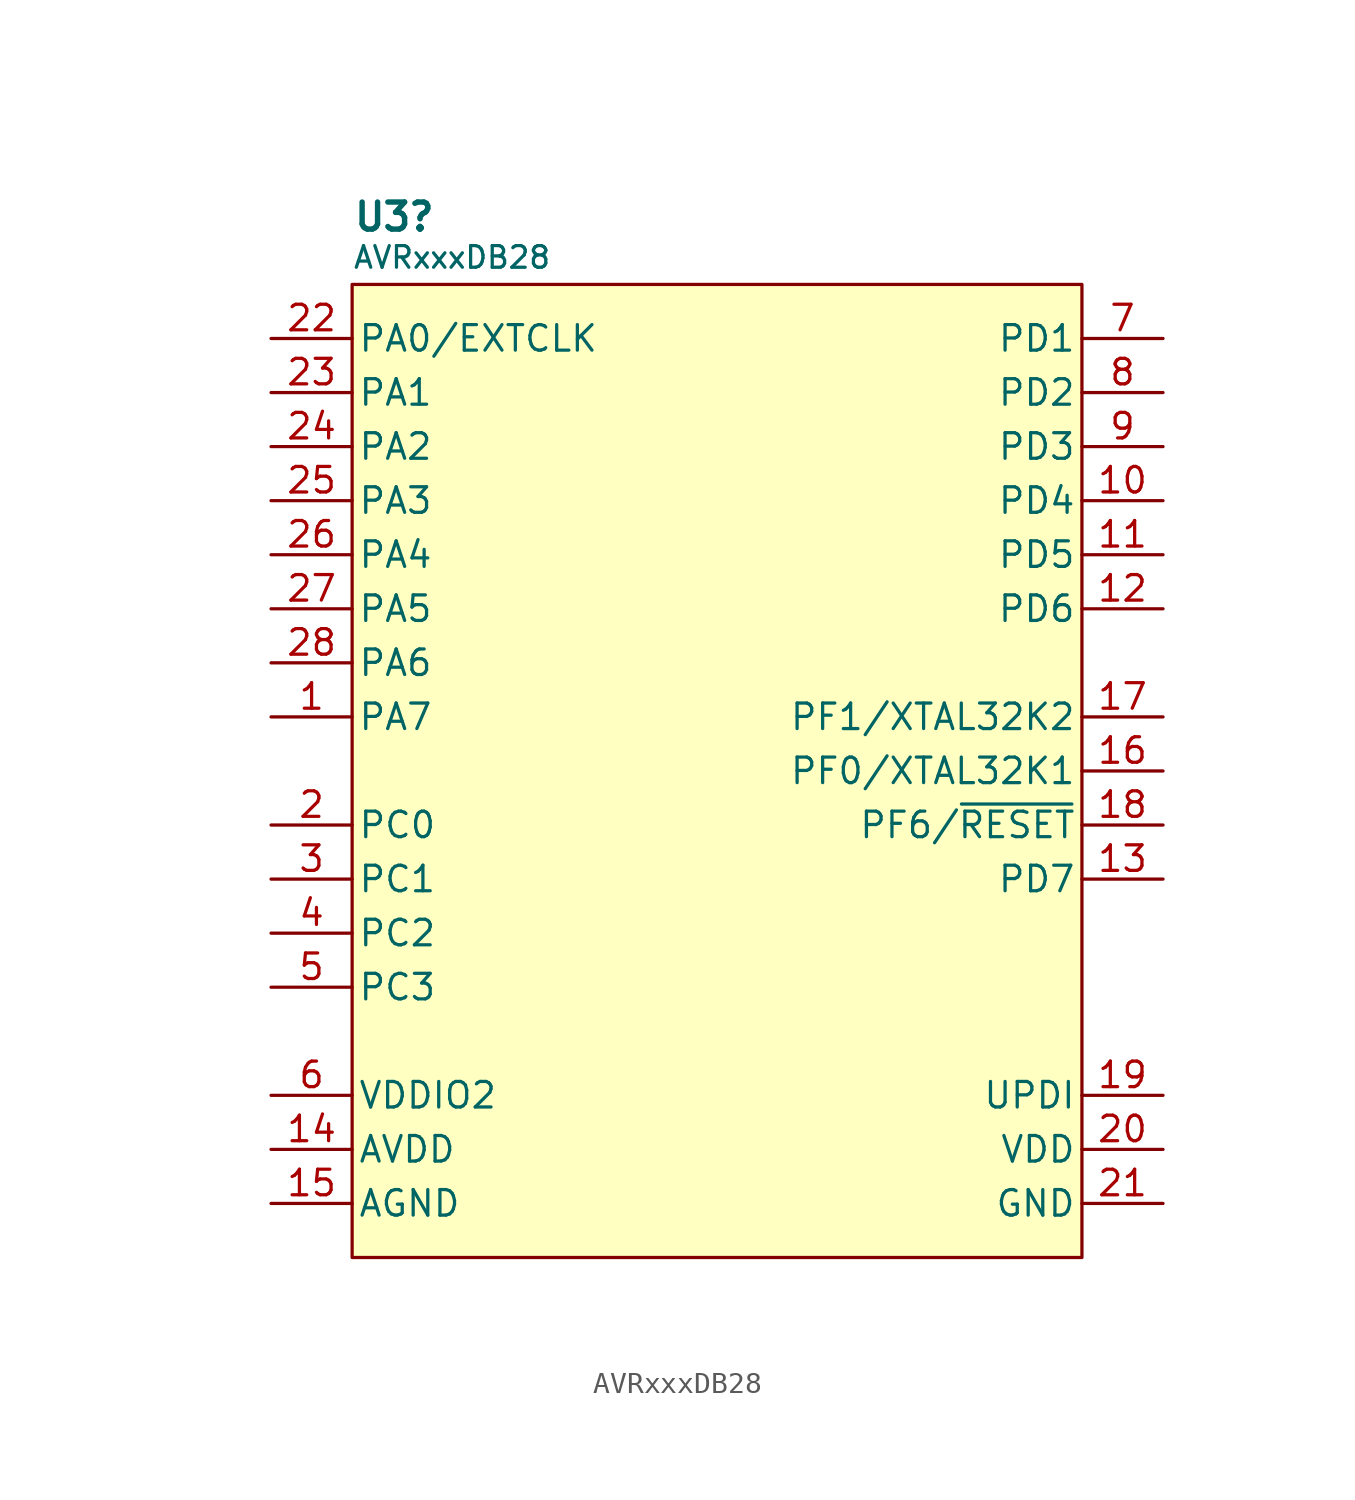
<source format=kicad_sym>
(kicad_symbol_lib
  (version 20231120)
  (generator "kicad_symbol_editor")
  (generator_version "8.0")
  (symbol "AVRxxxDB28"
    (pin_names
      (offset 0.254))
    (property "Reference" "U3"
      (at 0 43.815 0)
      (effects (font (size 1.27 1.27) (bold yes)) (justify left)))
    (property "Value" "AVRxxxDB28"
      (at 0 41.91 0)
      (effects (font (size 1.016 1.016)) (justify left)))
    (property "Datasheet" ""
      (at -7.62 17.856 0)
      (effects (font (size 1.524 1.524))))
    (symbol "AVRxxxDB28_1_1"
      (rectangle (start 0 40.64) (end 34.29 -5.08) (stroke (width 0) (type default)) (fill (type background)))
      (pin bidirectional line (at -3.81 20.32 0) (length 3.81) (name "PA7" (effects (font (size 1.2 1.2)))) (number "1" (effects (font (size 1.2 1.2)))))
      (pin bidirectional line (at 38.1 30.48 180) (length 3.81) (name "PD4" (effects (font (size 1.2 1.2)))) (number "10" (effects (font (size 1.2 1.2)))))
      (pin bidirectional line (at 38.1 27.94 180) (length 3.81) (name "PD5" (effects (font (size 1.2 1.2)))) (number "11" (effects (font (size 1.2 1.2)))))
      (pin bidirectional line (at 38.1 25.4 180) (length 3.81) (name "PD6" (effects (font (size 1.2 1.2)))) (number "12" (effects (font (size 1.2 1.2)))))
      (pin bidirectional line (at 38.1 12.7 180) (length 3.81) (name "PD7" (effects (font (size 1.2 1.2)))) (number "13" (effects (font (size 1.2 1.2)))))
      (pin power_in line (at -3.81 0 0) (length 3.81) (name "AVDD" (effects (font (size 1.2 1.2)))) (number "14" (effects (font (size 1.2 1.2)))))
      (pin power_in line (at -3.81 -2.54 0) (length 3.81) (name "AGND" (effects (font (size 1.2 1.2)))) (number "15" (effects (font (size 1.2 1.2)))))
      (pin bidirectional line (at 38.1 17.78 180) (length 3.81) (name "PF0/XTAL32K1" (effects (font (size 1.2 1.2)))) (number "16" (effects (font (size 1.2 1.2)))))
      (pin bidirectional line (at 38.1 20.32 180) (length 3.81) (name "PF1/XTAL32K2" (effects (font (size 1.2 1.2)))) (number "17" (effects (font (size 1.2 1.2)))))
      (pin bidirectional line (at 38.1 15.24 180) (length 3.81) (name "PF6/~{RESET}" (effects (font (size 1.2 1.2)))) (number "18" (effects (font (size 1.2 1.2)))))
      (pin bidirectional line (at 38.1 2.54 180) (length 3.81) (name "UPDI" (effects (font (size 1.2 1.2)))) (number "19" (effects (font (size 1.2 1.2)))))
      (pin bidirectional line (at -3.81 15.24 0) (length 3.81) (name "PC0" (effects (font (size 1.2 1.2)))) (number "2" (effects (font (size 1.2 1.2)))))
      (pin power_in line (at 38.1 0 180) (length 3.81) (name "VDD" (effects (font (size 1.2 1.2)))) (number "20" (effects (font (size 1.2 1.2)))))
      (pin power_in line (at 38.1 -2.54 180) (length 3.81) (name "GND" (effects (font (size 1.2 1.2)))) (number "21" (effects (font (size 1.2 1.2)))))
      (pin bidirectional line (at -3.81 38.1 0) (length 3.81) (name "PA0/EXTCLK" (effects (font (size 1.2 1.2)))) (number "22" (effects (font (size 1.2 1.2)))))
      (pin bidirectional line (at -3.81 35.56 0) (length 3.81) (name "PA1" (effects (font (size 1.2 1.2)))) (number "23" (effects (font (size 1.2 1.2)))))
      (pin bidirectional line (at -3.81 33.02 0) (length 3.81) (name "PA2" (effects (font (size 1.2 1.2)))) (number "24" (effects (font (size 1.2 1.2)))))
      (pin bidirectional line (at -3.81 30.48 0) (length 3.81) (name "PA3" (effects (font (size 1.2 1.2)))) (number "25" (effects (font (size 1.2 1.2)))))
      (pin bidirectional line (at -3.81 27.94 0) (length 3.81) (name "PA4" (effects (font (size 1.2 1.2)))) (number "26" (effects (font (size 1.2 1.2)))))
      (pin bidirectional line (at -3.81 25.4 0) (length 3.81) (name "PA5" (effects (font (size 1.2 1.2)))) (number "27" (effects (font (size 1.2 1.2)))))
      (pin bidirectional line (at -3.81 22.86 0) (length 3.81) (name "PA6" (effects (font (size 1.2 1.2)))) (number "28" (effects (font (size 1.2 1.2)))))
      (pin bidirectional line (at -3.81 12.7 0) (length 3.81) (name "PC1" (effects (font (size 1.2 1.2)))) (number "3" (effects (font (size 1.2 1.2)))))
      (pin bidirectional line (at -3.81 10.16 0) (length 3.81) (name "PC2" (effects (font (size 1.2 1.2)))) (number "4" (effects (font (size 1.2 1.2)))))
      (pin bidirectional line (at -3.81 7.62 0) (length 3.81) (name "PC3" (effects (font (size 1.2 1.2)))) (number "5" (effects (font (size 1.2 1.2)))))
      (pin input line (at -3.81 2.54 0) (length 3.81) (name "VDDIO2" (effects (font (size 1.2 1.2)))) (number "6" (effects (font (size 1.2 1.2)))))
      (pin bidirectional line (at 38.1 38.1 180) (length 3.81) (name "PD1" (effects (font (size 1.2 1.2)))) (number "7" (effects (font (size 1.2 1.2)))))
      (pin bidirectional line (at 38.1 35.56 180) (length 3.81) (name "PD2" (effects (font (size 1.2 1.2)))) (number "8" (effects (font (size 1.2 1.2)))))
      (pin bidirectional line (at 38.1 33.02 180) (length 3.81) (name "PD3" (effects (font (size 1.2 1.2)))) (number "9" (effects (font (size 1.2 1.2))))))))
</source>
